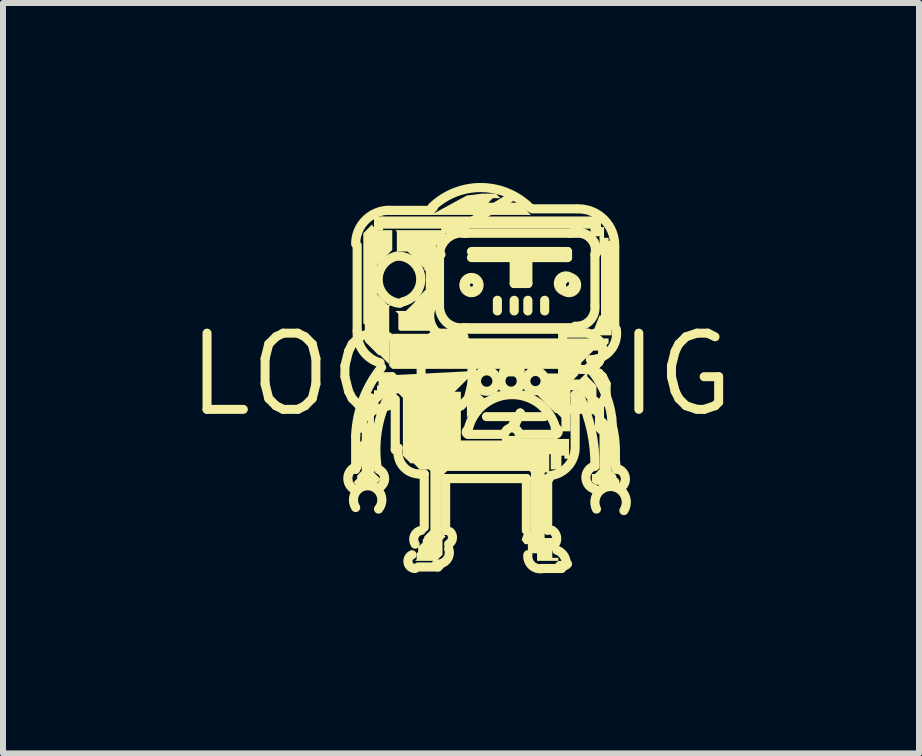
<source format=kicad_pcb>
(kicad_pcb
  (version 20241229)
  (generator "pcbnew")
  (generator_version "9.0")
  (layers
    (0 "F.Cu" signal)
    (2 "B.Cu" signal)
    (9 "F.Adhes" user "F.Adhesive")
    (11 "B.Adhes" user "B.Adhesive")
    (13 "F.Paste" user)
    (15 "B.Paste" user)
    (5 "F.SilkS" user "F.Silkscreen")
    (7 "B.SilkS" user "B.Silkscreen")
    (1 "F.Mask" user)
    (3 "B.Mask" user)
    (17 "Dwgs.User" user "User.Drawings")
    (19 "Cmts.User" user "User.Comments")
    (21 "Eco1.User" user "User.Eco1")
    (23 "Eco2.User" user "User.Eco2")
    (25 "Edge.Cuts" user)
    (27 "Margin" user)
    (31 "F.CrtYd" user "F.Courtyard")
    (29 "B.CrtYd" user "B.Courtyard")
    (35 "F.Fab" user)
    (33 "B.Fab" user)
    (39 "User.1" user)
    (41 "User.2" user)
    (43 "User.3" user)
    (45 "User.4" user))
  (footprint "LOGO_BIG"
    (layer "F.Cu")
    (at 4.634 3.193)
    (property "Reference" "LOGO_BIG" (at 0 0 0) (layer "F.SilkS") (effects (font (size 1.27 1.27) (thickness 0.15))))
    (attr through_hole)
    (fp_line (start -1.756 1.022) (end -1.756 1.581) (stroke (width 0.152) (type solid)) (layer "F.SilkS"))
    (fp_line (start -1.731 -2.153) (end -1.731 -0.73) (stroke (width 0.152) (type solid)) (layer "F.SilkS"))
    (fp_line (start -1.68 0.895) (end -1.502 0.387) (stroke (width 0.152) (type solid)) (layer "F.SilkS"))
    (fp_line (start -1.121 -2.737) (end -0.511 -2.737) (stroke (width 0.152) (type solid)) (layer "F.SilkS"))
    (fp_line (start -1.096 0.413) (end -1.096 1.251) (stroke (width 0.152) (type solid)) (layer "F.SilkS"))
    (fp_line (start -1.096 1.251) (end -1.07 1.276) (stroke (width 0.152) (type solid)) (layer "F.SilkS"))
    (fp_line (start -0.715 3.207) (end -0.384 3.207) (stroke (width 0.152) (type solid)) (layer "F.SilkS"))
    (fp_line (start -0.613 1.657) (end -0.689 1.657) (stroke (width 0.152) (type solid)) (layer "F.SilkS"))
    (fp_line (start -0.613 2.546) (end -0.613 1.657) (stroke (width 0.152) (type solid)) (layer "F.SilkS"))
    (fp_line (start -0.511 -2.737) (end -0.461 -2.788) (stroke (width 0.152) (type solid)) (layer "F.SilkS"))
    (fp_line (start -0.384 3.207) (end -0.359 3.181) (stroke (width 0.152) (type solid)) (layer "F.SilkS"))
    (fp_line (start -0.359 -2) (end -0.359 -1.162) (stroke (width 0.152) (type solid)) (layer "F.SilkS"))
    (fp_line (start -0.334 -2) (end -0.359 -2) (stroke (width 0.152) (type solid)) (layer "F.SilkS"))
    (fp_line (start -0.257 -2.432) (end -0.054 -2.407) (stroke (width 0.152) (type solid)) (layer "F.SilkS"))
    (fp_line (start -0.257 1.733) (end -0.257 2.597) (stroke (width 0.152) (type solid)) (layer "F.SilkS"))
    (fp_line (start -0.257 2.597) (end -0.232 2.597) (stroke (width 0.152) (type solid)) (layer "F.SilkS"))
    (fp_line (start -0.054 -2.407) (end 0.809 -2.94) (stroke (width 0.152) (type solid)) (layer "F.SilkS"))
    (fp_line (start 0.022 -2.356) (end 0.073 -2.356) (stroke (width 0.152) (type solid)) (layer "F.SilkS"))
    (fp_line (start 0.047 -0.781) (end 1.902 -0.781) (stroke (width 0.152) (type solid)) (layer "F.SilkS"))
    (fp_line (start 0.047 -0.756) (end 1.927 -0.756) (stroke (width 0.152) (type solid)) (layer "F.SilkS"))
    (fp_line (start 0.073 -2.356) (end 1.825 -2.356) (stroke (width 0.152) (type solid)) (layer "F.SilkS"))
    (fp_line (start 0.174 -2.051) (end 1.775 -2.051) (stroke (width 0.152) (type solid)) (layer "F.SilkS"))
    (fp_line (start 0.606 -1.238) (end 0.606 -1.061) (stroke (width 0.152) (type solid)) (layer "F.SilkS"))
    (fp_line (start 0.682 0.997) (end 0.124 0.997) (stroke (width 0.152) (type solid)) (layer "F.SilkS"))
    (fp_line (start 0.708 -0.045) (end 0.962 -0.045) (stroke (width 0.152) (type solid)) (layer "F.SilkS"))
    (fp_line (start 0.86 0.844) (end 0.987 0.641) (stroke (width 0.152) (type solid)) (layer "F.SilkS"))
    (fp_line (start 0.886 -1.95) (end 0.174 -1.95) (stroke (width 0.152) (type solid)) (layer "F.SilkS"))
    (fp_line (start 0.886 -1.95) (end 0.987 -1.95) (stroke (width 0.152) (type solid)) (layer "F.SilkS"))
    (fp_line (start 0.886 -1.518) (end 0.886 -1.95) (stroke (width 0.152) (type solid)) (layer "F.SilkS"))
    (fp_line (start 0.886 -1.238) (end 0.886 -1.061) (stroke (width 0.152) (type solid)) (layer "F.SilkS"))
    (fp_line (start 0.962 -0.045) (end 0.987 -0.07) (stroke (width 0.152) (type solid)) (layer "F.SilkS"))
    (fp_line (start 0.987 -1.95) (end 1.013 -1.975) (stroke (width 0.152) (type solid)) (layer "F.SilkS"))
    (fp_line (start 0.987 0.641) (end 0.886 0.87) (stroke (width 0.152) (type solid)) (layer "F.SilkS"))
    (fp_line (start 1.013 -1.975) (end 1.013 -1.645) (stroke (width 0.152) (type solid)) (layer "F.SilkS"))
    (fp_line (start 1.013 0.997) (end 1.571 0.997) (stroke (width 0.152) (type solid)) (layer "F.SilkS"))
    (fp_line (start 1.089 1.733) (end -0.257 1.733) (stroke (width 0.152) (type solid)) (layer "F.SilkS"))
    (fp_line (start 1.089 2.597) (end 1.089 1.733) (stroke (width 0.152) (type solid)) (layer "F.SilkS"))
    (fp_line (start 1.114 -1.95) (end 1.114 -1.518) (stroke (width 0.152) (type solid)) (layer "F.SilkS"))
    (fp_line (start 1.114 -1.518) (end 0.886 -1.518) (stroke (width 0.152) (type solid)) (layer "F.SilkS"))
    (fp_line (start 1.114 -1.238) (end 1.114 -1.061) (stroke (width 0.152) (type solid)) (layer "F.SilkS"))
    (fp_line (start 1.19 -2.762) (end 1.927 -2.762) (stroke (width 0.152) (type solid)) (layer "F.SilkS"))
    (fp_line (start 1.343 3.232) (end 1.673 3.232) (stroke (width 0.152) (type solid)) (layer "F.SilkS"))
    (fp_line (start 1.394 -1.238) (end 1.394 -1.061) (stroke (width 0.152) (type solid)) (layer "F.SilkS"))
    (fp_line (start 1.444 1.733) (end 1.444 2.597) (stroke (width 0.152) (type solid)) (layer "F.SilkS"))
    (fp_line (start 1.47 1.733) (end 1.444 1.733) (stroke (width 0.152) (type solid)) (layer "F.SilkS"))
    (fp_line (start 1.673 3.232) (end 1.724 3.181) (stroke (width 0.152) (type solid)) (layer "F.SilkS"))
    (fp_line (start 1.775 -2.051) (end 1.775 -1.95) (stroke (width 0.152) (type solid)) (layer "F.SilkS"))
    (fp_line (start 1.775 -1.95) (end 1.114 -1.95) (stroke (width 0.152) (type solid)) (layer "F.SilkS"))
    (fp_line (start 1.825 -2.356) (end 1.902 -2.356) (stroke (width 0.152) (type solid)) (layer "F.SilkS"))
    (fp_line (start 1.902 0.336) (end 1.952 0.336) (stroke (width 0.152) (type solid)) (layer "F.SilkS"))
    (fp_line (start 1.902 1.175) (end 1.902 0.336) (stroke (width 0.152) (type solid)) (layer "F.SilkS"))
    (fp_line (start 1.927 -0.756) (end 1.927 -0.781) (stroke (width 0.152) (type solid)) (layer "F.SilkS"))
    (fp_line (start 2.232 -2) (end 2.232 -1.162) (stroke (width 0.152) (type solid)) (layer "F.SilkS"))
    (fp_line (start 2.511 0.717) (end 2.587 1.581) (stroke (width 0.152) (type solid)) (layer "F.SilkS"))
    (fp_line (start 2.562 -2.127) (end 2.562 -0.807) (stroke (width 0.152) (type solid)) (layer "F.SilkS"))
    (fp_arc (start -1.7814 1.9112) (mid -1.884974 1.703502) (end -1.730598 1.530199) (stroke (width 0.1524) (type solid)) (layer "F.SilkS"))
    (fp_arc (start -1.756 -2.1782) (mid -1.574109 -2.591682) (end -1.1464 -2.737) (stroke (width 0.1524) (type solid)) (layer "F.SilkS"))
    (fp_arc (start -1.756 1.0222) (mid -1.632195 0.415909) (end -1.324201 -0.1208) (stroke (width 0.1524) (type solid)) (layer "F.SilkS"))
    (fp_arc (start -1.756 2.216) (mid -1.540437 1.852766) (end -1.374999 2.241401) (stroke (width 0.1524) (type solid)) (layer "F.SilkS"))
    (fp_arc (start -1.4004 1.5302) (mid -1.391302 0.917555) (end -1.197201 0.3364) (stroke (width 0.1524) (type solid)) (layer "F.SilkS"))
    (fp_arc (start -1.375 1.581) (mid -1.2734 1.7334) (end -1.375 1.8858) (stroke (width 0.1524) (type solid)) (layer "F.SilkS"))
    (fp_arc (start -1.3496 -0.197) (mid -1.634353 -0.396377) (end -1.730599 -0.730401) (stroke (width 0.1524) (type solid)) (layer "F.SilkS"))
    (fp_arc (start -1.0448 -1.975) (mid -0.673127 -1.627356) (end -0.9686 -1.212998) (stroke (width 0.1524) (type solid)) (layer "F.SilkS"))
    (fp_arc (start -1.0194 -1.1876) (mid -1.380087 -1.559668) (end -1.0702 -1.974998) (stroke (width 0.1524) (type solid)) (layer "F.SilkS"))
    (fp_arc (start -0.7654 2.8256) (mid -0.775772 2.684113) (end -0.663801 2.596999) (stroke (width 0.1524) (type solid)) (layer "F.SilkS"))
    (fp_arc (start -0.7654 3.232) (mid -0.882489 3.138075) (end -0.8162 3.003399) (stroke (width 0.1524) (type solid)) (layer "F.SilkS"))
    (fp_arc (start -0.6892 1.6572) (mid -0.968889 1.525207) (end -1.044799 1.225398) (stroke (width 0.1524) (type solid)) (layer "F.SilkS"))
    (fp_arc (start -0.486 -2.7878) (mid 0.326801 -3.117171) (end 1.139601 -2.787799) (stroke (width 0.1524) (type solid)) (layer "F.SilkS"))
    (fp_arc (start -0.359 -2.0004) (mid -0.223336 -2.275629) (end 0.0728 -2.356) (stroke (width 0.1524) (type solid)) (layer "F.SilkS"))
    (fp_arc (start -0.2066 2.9018) (mid -0.236293 3.086324) (end -0.409799 3.155799) (stroke (width 0.1524) (type solid)) (layer "F.SilkS"))
    (fp_arc (start -0.1812 2.6224) (mid -0.1431 2.730349) (end -0.206599 2.825599) (stroke (width 0.1524) (type solid)) (layer "F.SilkS"))
    (fp_arc (start 0.0474 -0.7812) (mid -0.236479 -0.866794) (end -0.358999 -1.136799) (stroke (width 0.1524) (type solid)) (layer "F.SilkS"))
    (fp_arc (start 0.0474 -0.6288) (mid -0.420004 -0.714195) (end -0.4606 -1.187599) (stroke (width 0.1524) (type solid)) (layer "F.SilkS"))
    (fp_arc (start 0.1236 0.8952) (mid 0.837873 0.333822) (end 1.571398 0.869799) (stroke (width 0.1524) (type solid)) (layer "F.SilkS"))
    (fp_arc (start 0.1236 0.9968) (mid 0.0855 0.9587) (end 0.1236 0.9206) (stroke (width 0.1524) (type solid)) (layer "F.SilkS"))
    (fp_arc (start 0.7332 0.9714) (mid 0.8475 0.889017) (end 0.9618 0.9714) (stroke (width 0.1524) (type solid)) (layer "F.SilkS"))
    (fp_arc (start 1.3682 3.232) (mid 1.181689 3.183824) (end 1.114199 3.003401) (stroke (width 0.1524) (type solid)) (layer "F.SilkS"))
    (fp_arc (start 1.5206 2.597) (mid 1.594339 2.717897) (end 1.545999 2.851001) (stroke (width 0.1524) (type solid)) (layer "F.SilkS"))
    (fp_arc (start 1.5714 0.8952) (mid 1.6222 0.946) (end 1.5714 0.9968) (stroke (width 0.1524) (type solid)) (layer "F.SilkS"))
    (fp_arc (start 1.5968 2.9272) (mid 1.697034 2.9955) (end 1.749199 3.105001) (stroke (width 0.1524) (type solid)) (layer "F.SilkS"))
    (fp_arc (start 1.7746 3.1558) (mid 1.71517 3.18885) (end 1.6476 3.1812) (stroke (width 0.1524) (type solid)) (layer "F.SilkS"))
    (fp_arc (start 1.8254 -2.356) (mid 2.131119 -2.308354) (end 2.2572 -2.025798) (stroke (width 0.1524) (type solid)) (layer "F.SilkS"))
    (fp_arc (start 1.9016 1.2254) (mid 1.782964 1.529169) (end 1.495199 1.682601) (stroke (width 0.1524) (type solid)) (layer "F.SilkS"))
    (fp_arc (start 1.927 -2.356) (mid 2.170899 -2.256627) (end 2.231799 -2.000398) (stroke (width 0.1524) (type solid)) (layer "F.SilkS"))
    (fp_arc (start 1.9524 -2.7624) (mid 2.383452 -2.583852) (end 2.562 -2.1528) (stroke (width 0.1524) (type solid)) (layer "F.SilkS"))
    (fp_arc (start 1.9778 0.3618) (mid 2.171442 0.931513) (end 2.2318 1.5302) (stroke (width 0.1524) (type solid)) (layer "F.SilkS"))
    (fp_arc (start 2.1302 -0.1208) (mid 2.384429 0.269332) (end 2.5112 0.7174) (stroke (width 0.1524) (type solid)) (layer "F.SilkS"))
    (fp_arc (start 2.2318 -1.1368) (mid 2.143273 -0.895126) (end 1.901599 -0.806599) (stroke (width 0.1524) (type solid)) (layer "F.SilkS"))
    (fp_arc (start 2.2318 1.9112) (mid 2.081795 1.729853) (end 2.2064 1.530199) (stroke (width 0.1524) (type solid)) (layer "F.SilkS"))
    (fp_arc (start 2.2572 2.2414) (mid 2.507383 1.865591) (end 2.714399 2.2668) (stroke (width 0.1524) (type solid)) (layer "F.SilkS"))
    (fp_arc (start 2.5366 0.9206) (mid 2.571274 1.199001) (end 2.562 1.4794) (stroke (width 0.1524) (type solid)) (layer "F.SilkS"))
    (fp_arc (start 2.5874 -0.7558) (mid 2.488961 -0.401959) (end 2.155601 -0.247799) (stroke (width 0.1524) (type solid)) (layer "F.SilkS"))
    (fp_arc (start 2.6382 1.581) (mid 2.738434 1.726105) (end 2.6636 1.8858) (stroke (width 0.1524) (type solid)) (layer "F.SilkS"))
    (fp_circle (center 0.174 -1.492) (end 0.2 -1.492) (stroke (width 0.152) (type solid)) (fill no) (layer "F.SilkS"))
    (fp_circle (center 0.174 -1.492) (end 0.301 -1.492) (stroke (width 0.152) (type solid)) (fill no) (layer "F.SilkS"))
    (fp_circle (center 0.428 0.108) (end 0.599 0.108) (stroke (width 0.152) (type solid)) (fill no) (layer "F.SilkS"))
    (fp_circle (center 0.835 0.108) (end 1.005 0.108) (stroke (width 0.152) (type solid)) (fill no) (layer "F.SilkS"))
    (fp_circle (center 1.241 0.108) (end 1.402 0.108) (stroke (width 0.152) (type solid)) (fill no) (layer "F.SilkS"))
    (fp_circle (center 1.749 -1.518) (end 1.876 -1.518) (stroke (width 0.152) (type solid)) (fill no) (layer "F.SilkS"))
    (fp_circle (center 1.8 -1.492) (end 1.851 -1.492) (stroke (width 0.152) (type solid)) (fill no) (layer "F.SilkS"))
    (fp_poly (pts (xy -1.451 -2.407) (xy -1.299 -2.407) (xy -1.299 -2.635) (xy -1.451 -2.635)) (stroke (width 0) (type solid)) (fill yes) (layer "F.SilkS"))
    (fp_poly (pts (xy -1.324 -2.432) (xy 2.333 -2.432) (xy 2.333 -2.635) (xy -1.324 -2.635)) (stroke (width 0) (type solid)) (fill yes) (layer "F.SilkS"))
    (fp_poly (pts (xy 0.098 0.159) (xy 0.098 0.768) (xy 0.098 0.717) (xy 0.428 0.387) (xy 0.378 0.387) (xy 0.149 0.159)) (stroke (width 0) (type solid)) (fill yes) (layer "F.SilkS"))
    (fp_poly (pts (xy -1.07 0.006) (xy 0.428 -0.07) (xy 0.378 -0.07) (xy 0.225 -0.045) (xy -0.13 0.311) (xy -1.07 0.311) (xy -1.121 0.26) (xy -1.121 0.032) (xy -1.096 0.006)) (stroke (width 0) (type solid)) (fill yes) (layer "F.SilkS"))
    (fp_poly (pts (xy 1.952 -0.019) (xy 1.368 -0.019) (xy 1.343 -0.045) (xy 1.14 -0.045) (xy 1.241 -0.146) (xy 1.267 -0.146) (xy 1.368 -0.045) (xy 1.368 0.032) (xy 1.394 0.057) (xy 1.394 0.159) (xy 1.8 0.159) (xy 1.952 0.006)) (stroke (width 0) (type solid)) (fill yes) (layer "F.SilkS"))
    (fp_poly (pts (xy -1.477 -2.508) (xy -1.629 -2.356) (xy -1.629 -0.857) (xy -1.604 -0.832) (xy -1.604 -0.553) (xy -1.375 -0.324) (xy -1.35 -0.324) (xy -1.197 -0.172) (xy -1.197 -1.137) (xy -1.172 -1.162) (xy -1.223 -1.162) (xy -1.4 -1.34) (xy -1.4 -1.823) (xy -1.146 -2.077) (xy -1.146 -2.407) (xy -1.4 -2.407) (xy -1.477 -2.483)) (stroke (width 0) (type solid)) (fill yes) (layer "F.SilkS"))
    (fp_poly (pts (xy -1.273 -2.661) (xy 2.079 -2.661) (xy 1.165 -2.661) (xy 1.089 -2.737) (xy 0.962 -2.864) (xy 0.454 -2.864) (xy 0.53 -2.94) (xy 0.657 -2.94) (xy 0.581 -3.016) (xy 0.352 -3.016) (xy 0.094 -2.984) (xy -0.359 -2.737) (xy -0.359 -2.737) (xy -0.454 -2.685) (xy -0.562 -2.686) (xy -1.248 -2.686) (xy -1.248 -2.661)) (stroke (width 0) (type solid)) (fill yes) (layer "F.SilkS"))
    (fp_poly (pts (xy -1.146 -0.68) (xy -0.384 -0.68) (xy -0.283 -0.578) (xy 0.073 -0.578) (xy 0.098 -0.603) (xy 2.46 -0.603) (xy 2.46 -0.527) (xy 2.333 -0.4) (xy 2.206 -0.4) (xy 2.003 -0.197) (xy 2.003 -0.121) (xy 2.029 -0.095) (xy -1.146 -0.095) (xy -1.197 -0.146) (xy -1.197 -0.654) (xy -1.172 -0.68) (xy -1.146 -0.654)) (stroke (width 0) (type solid)) (fill yes) (layer "F.SilkS"))
    (fp_poly (pts (xy 2.333 -2.458) (xy 2.384 -2.458) (xy 2.384 -2.28) (xy 2.46 -2.28) (xy 2.46 -2.229) (xy 2.511 -2.229) (xy 2.511 -0.654) (xy 2.029 -0.654) (xy 2.079 -0.654) (xy 2.079 -0.73) (xy 2.105 -0.73) (xy 2.105 -0.73) (xy 2.222 -0.766) (xy 2.308 -0.984) (xy 2.333 -0.984) (xy 2.333 -2.026) (xy 2.308 -2.026) (xy 2.308 -2.305) (xy 2.181 -2.305) (xy 2.181 -2.356) (xy 2.156 -2.356) (xy 2.156 -2.458) (xy 2.283 -2.458) (xy 2.283 -2.432)) (stroke (width 0) (type solid)) (fill yes) (layer "F.SilkS"))
    (fp_poly (pts (xy -1.096 -2.407) (xy -0.308 -2.407) (xy -0.257 -2.356) (xy -0.257 -2.305) (xy -0.41 -2.153) (xy -0.41 -1.213) (xy -0.435 -1.188) (xy -0.435 -1.162) (xy -0.511 -1.086) (xy -0.511 -0.934) (xy -0.486 -0.908) (xy -0.486 -0.807) (xy -0.41 -0.73) (xy -1.019 -0.73) (xy -1.045 -0.756) (xy -1.045 -1.01) (xy -1.096 -1.061) (xy -0.918 -1.061) (xy -0.765 -1.213) (xy -0.765 -1.238) (xy -0.588 -1.416) (xy -0.588 -1.721) (xy -0.613 -1.746) (xy -0.613 -1.772) (xy -0.892 -2.051) (xy -1.07 -2.051) (xy -1.07 -2.381)) (stroke (width 0) (type solid)) (fill yes) (layer "F.SilkS"))
    (fp_poly (pts (xy -1.172 -0.019) (xy -1.273 -0.019) (xy -1.273 0.032) (xy -1.324 0.032) (xy -1.324 0.108) (xy -1.375 0.108) (xy -1.375 0.184) (xy -1.4 0.184) (xy -1.4 0.26) (xy -1.451 0.26) (xy -1.451 0.438) (xy -1.527 0.514) (xy -1.527 0.641) (xy -1.553 0.667) (xy -1.553 0.794) (xy -1.654 0.895) (xy -1.654 1.098) (xy -1.705 1.149) (xy -1.705 1.479) (xy -1.654 1.53) (xy -1.654 1.606) (xy -1.731 1.683) (xy -1.731 1.733) (xy -1.781 1.784) (xy -1.781 1.81) (xy -1.731 1.86) (xy -1.426 1.86) (xy -1.426 1.835) (xy -1.324 1.733) (xy -1.35 1.733) (xy -1.451 1.632) (xy -1.451 0.692) (xy -1.375 0.616) (xy -1.375 0.463) (xy -1.197 0.286) (xy -1.197 0.006)) (stroke (width 0) (type solid)) (fill yes) (layer "F.SilkS"))
    (fp_poly (pts (xy 2.105 -0.045) (xy 2.105 0.032) (xy 2.257 0.184) (xy 2.257 0.362) (xy 2.384 0.489) (xy 2.384 0.717) (xy 2.511 0.844) (xy 2.511 1.606) (xy 2.587 1.683) (xy 2.587 1.708) (xy 2.638 1.759) (xy 2.638 1.81) (xy 2.562 1.886) (xy 2.333 1.886) (xy 2.283 1.835) (xy 2.232 1.835) (xy 2.181 1.784) (xy 2.181 1.657) (xy 2.232 1.657) (xy 2.308 1.581) (xy 2.308 0.997) (xy 2.232 0.921) (xy 2.232 0.692) (xy 2.105 0.565) (xy 2.105 0.413) (xy 1.952 0.26) (xy 1.825 0.26) (xy 1.825 0.946) (xy 1.698 0.946) (xy 1.673 0.921) (xy 1.673 0.717) (xy 1.597 0.641) (xy 1.571 0.641) (xy 1.241 0.311) (xy 0.53 0.311) (xy 0.505 0.286) (xy 1.343 0.26) (xy 1.343 0.209) (xy 1.47 0.082) (xy 1.978 0.082)) (stroke (width 0) (type solid)) (fill yes) (layer "F.SilkS"))
    (fp_poly (pts (xy -1.146 0.311) (xy -1.045 0.311) (xy -0.969 0.387) (xy -0.969 1.352) (xy -0.842 1.479) (xy -0.791 1.479) (xy -0.689 1.581) (xy -0.537 1.581) (xy -0.511 1.606) (xy -0.511 2.597) (xy -0.613 2.699) (xy -0.613 2.724) (xy -0.638 2.749) (xy -0.638 2.8) (xy -0.715 2.876) (xy -0.715 2.953) (xy -0.74 2.978) (xy -0.74 3.08) (xy -0.765 3.105) (xy -0.41 3.105) (xy -0.308 3.003) (xy -0.308 2.749) (xy -0.257 2.699) (xy -0.334 2.622) (xy -0.334 1.708) (xy -0.232 1.606) (xy 1.14 1.606) (xy 1.165 1.632) (xy 1.165 2.622) (xy 1.089 2.622) (xy 1.038 2.673) (xy 1.011 2.756) (xy 1.063 2.826) (xy 1.114 2.826) (xy 1.114 2.978) (xy 1.267 2.978) (xy 1.267 3.105) (xy 1.622 3.105) (xy 1.622 3.054) (xy 1.521 3.054) (xy 1.521 2.724) (xy 1.394 2.724) (xy 1.394 1.632) (xy 1.47 1.632) (xy 1.47 1.327) (xy 1.495 1.327) (xy 1.495 1.581) (xy 1.673 1.581) (xy 1.673 1.352) (xy 1.724 1.352) (xy 1.724 1.403) (xy 1.8 1.403) (xy 1.8 1.073) (xy 1.013 1.073) (xy 1.013 1.022) (xy 0.682 1.022) (xy 0.682 1.098) (xy -0.003 1.098) (xy -0.003 0.286) (xy -1.146 0.286)) (stroke (width 0) (type solid)) (fill yes) (layer "F.SilkS")))
  (gr_rect
    (start -3 -3)
    (end 12.267 9.507)
    (stroke (width 0.1) (type default))
    (fill no)
    (layer "Edge.Cuts")))
</source>
